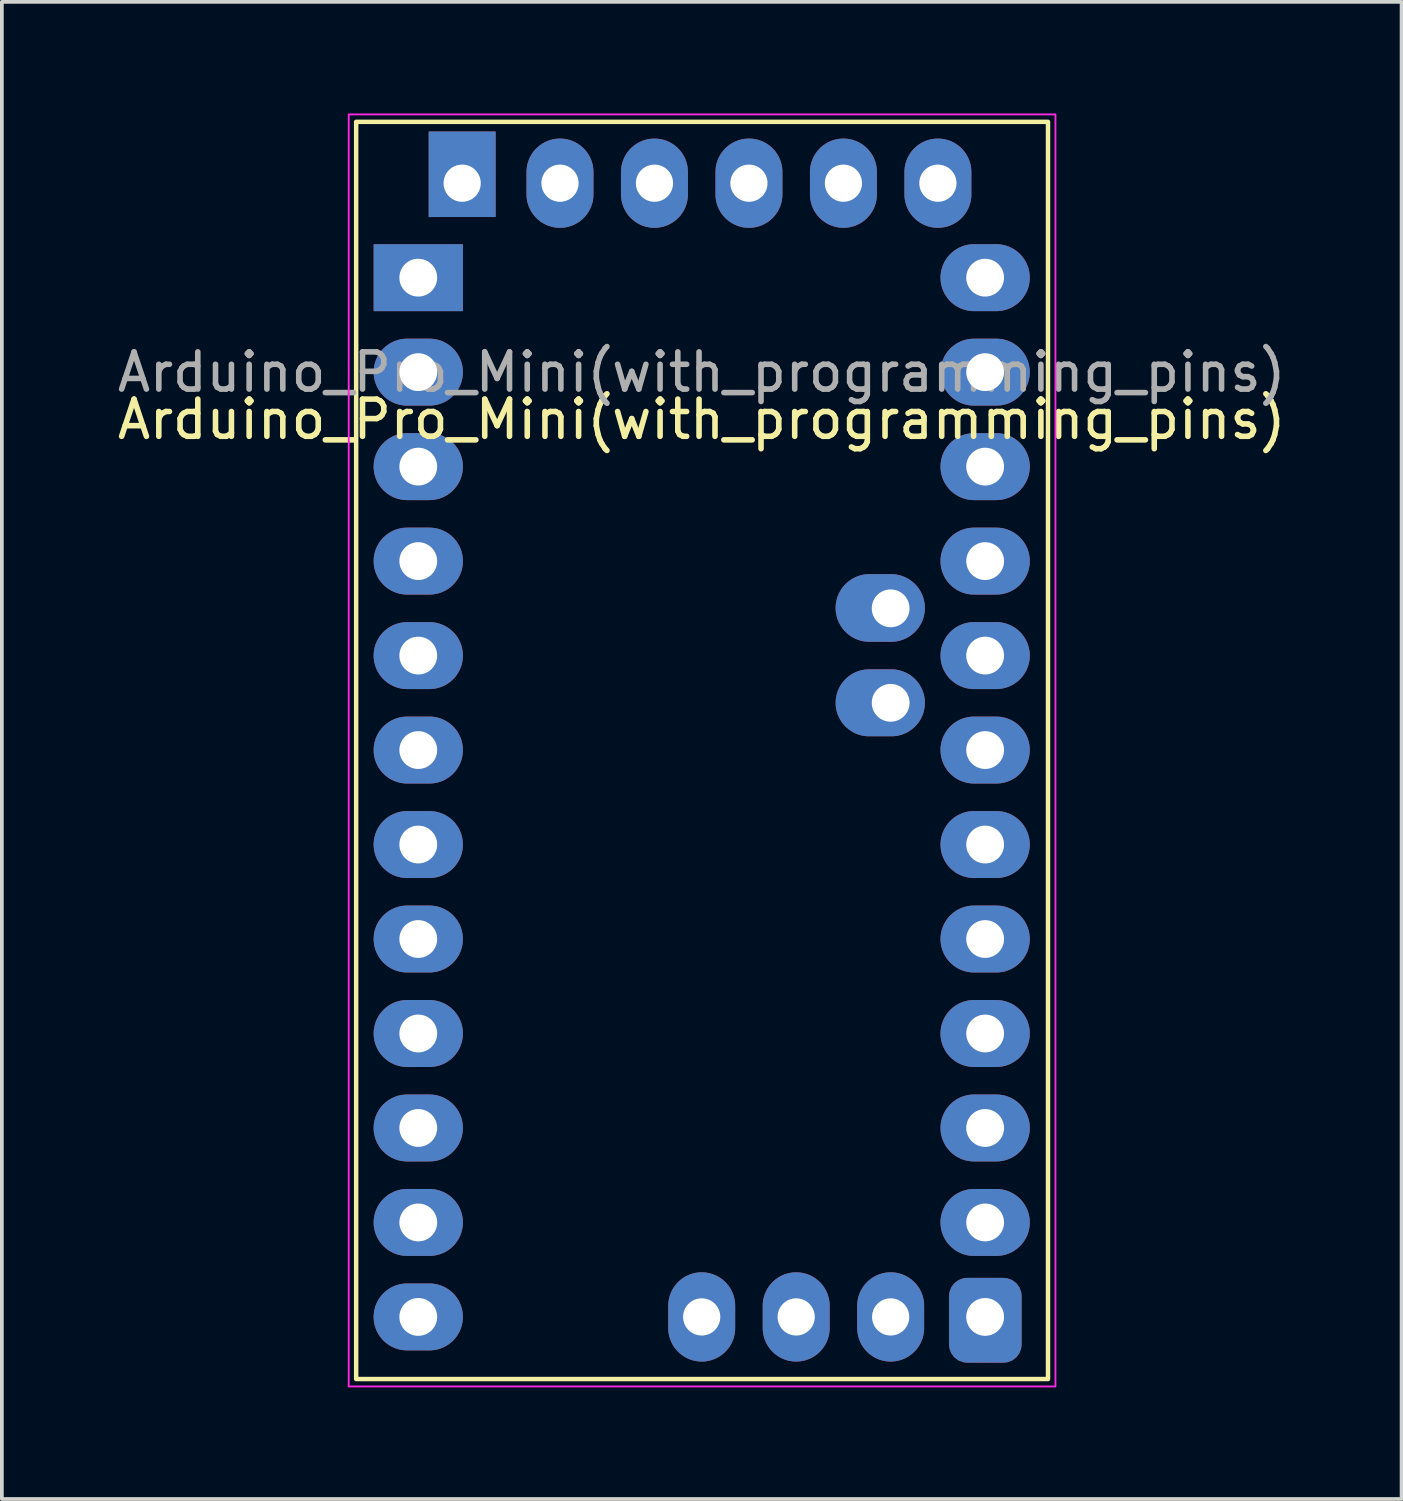
<source format=kicad_pcb>
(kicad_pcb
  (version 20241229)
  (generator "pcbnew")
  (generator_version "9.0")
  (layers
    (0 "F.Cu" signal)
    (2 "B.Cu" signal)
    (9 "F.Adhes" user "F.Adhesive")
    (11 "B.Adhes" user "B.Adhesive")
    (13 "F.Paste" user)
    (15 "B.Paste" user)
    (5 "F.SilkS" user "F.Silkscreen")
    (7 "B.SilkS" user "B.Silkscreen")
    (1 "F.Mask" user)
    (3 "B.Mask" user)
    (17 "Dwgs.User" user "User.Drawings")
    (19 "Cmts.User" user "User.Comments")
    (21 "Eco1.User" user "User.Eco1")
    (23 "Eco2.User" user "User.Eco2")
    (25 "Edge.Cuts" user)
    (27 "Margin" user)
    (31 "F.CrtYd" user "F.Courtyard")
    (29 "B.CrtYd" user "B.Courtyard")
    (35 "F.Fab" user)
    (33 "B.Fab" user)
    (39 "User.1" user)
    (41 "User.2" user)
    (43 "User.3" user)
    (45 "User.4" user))
  (footprint "Arduino_Pro_Mini(with_programming_pins)"
    (layer "F.Cu")
    (at 8.195 4.415)
    (property "Reference" "Arduino_Pro_Mini(with_programming_pins)" (at 7.62 3.81 0) (unlocked yes) (layer "F.SilkS") (effects (font (size 1 1) (thickness 0.15))))
    (attr through_hole)
    (fp_rect (start -1.67 -4.19) (end 16.93 29.61) (stroke (width 0.12) (type solid)) (fill no) (layer "F.SilkS"))
    (fp_rect (start -1.27 -3.81) (end 16.51 29.21) (stroke (width 0.12) (type solid)) (fill no) (layer "F.Paste"))
    (fp_rect (start -1.87 -4.39) (end 17.13 29.81) (stroke (width 0.05) (type solid)) (fill no) (layer "F.CrtYd"))
    (fp_text user "${REFERENCE}" (at 7.62 2.54 0) (unlocked yes) (layer "F.Fab") (effects (font (size 1 1) (thickness 0.15))))
    (pad "1" thru_hole rect (at 0 0) (size 2.4 1.8) (drill 1.016) (layers "*.Cu" "*.Mask"))
    (pad "1" thru_hole oval (at 3.81 -2.54) (size 1.8 2.4) (drill 1) (layers "*.Cu" "*.Mask"))
    (pad "2" thru_hole oval (at 0 2.54) (size 2.4 1.8) (drill 1.016) (layers "*.Cu" "*.Mask"))
    (pad "2" thru_hole oval (at 6.35 -2.54) (size 1.8 2.4) (drill 1) (layers "*.Cu" "*.Mask"))
    (pad "3" thru_hole oval (at 0 5.08) (size 2.4 1.8) (drill 1.016) (layers "*.Cu" "*.Mask"))
    (pad "3" thru_hole oval (at 15.24 5.08) (size 2.4 1.8) (drill 1.016) (layers "*.Cu" "*.Mask"))
    (pad "4" thru_hole oval (at 0 7.62) (size 2.4 1.8) (drill 1.016) (layers "*.Cu" "*.Mask"))
    (pad "5" thru_hole oval (at 0 10.16) (size 2.4 1.8) (drill 1.016) (layers "*.Cu" "*.Mask"))
    (pad "6" thru_hole oval (at 0 12.7) (size 2.4 1.8) (drill 1.016) (layers "*.Cu" "*.Mask"))
    (pad "7" thru_hole oval (at 0 15.24) (size 2.4 1.8) (drill 1.016) (layers "*.Cu" "*.Mask"))
    (pad "8" thru_hole oval (at 0 17.78) (size 2.4 1.8) (drill 1.016) (layers "*.Cu" "*.Mask"))
    (pad "9" thru_hole oval (at 0 20.32) (size 2.4 1.8) (drill 1.016) (layers "*.Cu" "*.Mask"))
    (pad "10" thru_hole oval (at 0 22.86) (size 2.4 1.8) (drill 1.016) (layers "*.Cu" "*.Mask"))
    (pad "11" thru_hole oval (at 0 25.4) (size 2.4 1.8) (drill 1.016) (layers "*.Cu" "*.Mask"))
    (pad "12" thru_hole oval (at 0 27.94) (size 2.4 1.8) (drill 1.016) (layers "*.Cu" "*.Mask"))
    (pad "13" thru_hole oval (at 7.62 27.94) (size 1.8 2.4) (drill 1) (layers "*.Cu" "*.Mask"))
    (pad "14" thru_hole oval (at 10.16 27.94) (size 1.8 2.4) (drill 1) (layers "*.Cu" "*.Mask"))
    (pad "15" thru_hole oval (at 12.7 27.94) (size 1.8 2.4) (drill 1) (layers "*.Cu" "*.Mask"))
    (pad "16" thru_hole roundrect (at 15.24 27.94) (size 1.95 2.28) (drill 1.016 (offset 0.005 0.09)) (layers "*.Cu" "*.Mask") (roundrect_rratio 0.25))
    (pad "17" thru_hole oval (at 15.24 25.4) (size 2.4 1.8) (drill 1.016) (layers "*.Cu" "*.Mask"))
    (pad "18" thru_hole oval (at 15.24 22.86) (size 2.4 1.8) (drill 1.016) (layers "*.Cu" "*.Mask"))
    (pad "19" thru_hole oval (at 15.24 20.32) (size 2.4 1.8) (drill 1.016) (layers "*.Cu" "*.Mask"))
    (pad "20" thru_hole oval (at 15.24 17.78) (size 2.4 1.8) (drill 1.016) (layers "*.Cu" "*.Mask"))
    (pad "21" thru_hole oval (at 15.24 15.24) (size 2.4 1.8) (drill 1.016) (layers "*.Cu" "*.Mask"))
    (pad "22" thru_hole oval (at 15.24 12.7) (size 2.4 1.8) (drill 1.016) (layers "*.Cu" "*.Mask"))
    (pad "23" thru_hole oval (at 15.24 10.16) (size 2.4 1.8) (drill 1.016) (layers "*.Cu" "*.Mask"))
    (pad "24" thru_hole oval (at 15.24 7.62) (size 2.4 1.8) (drill 1.016) (layers "*.Cu" "*.Mask"))
    (pad "26" thru_hole oval (at 15.24 2.54) (size 2.4 1.8) (drill 1.016) (layers "*.Cu" "*.Mask"))
    (pad "27" thru_hole oval (at 15.24 0) (size 2.4 1.8) (drill 1.016) (layers "*.Cu" "*.Mask"))
    (pad "28" thru_hole oval (at 13.97 -2.54) (size 1.8 2.4) (drill 1) (layers "*.Cu" "*.Mask"))
    (pad "29" thru_hole oval (at 11.43 -2.54) (size 1.8 2.4) (drill 1) (layers "*.Cu" "*.Mask"))
    (pad "30" thru_hole oval (at 8.89 -2.54) (size 1.8 2.4) (drill 1) (layers "*.Cu" "*.Mask"))
    (pad "31" thru_hole rect (at 1.18 -2.54) (size 1.8 2.3) (drill 1 (offset 0 -0.24)) (layers "*.Cu" "*.Mask"))
    (pad "32" thru_hole oval (at 12.7 8.89) (size 2.4 1.82) (drill 1.016 (offset -0.28 -0.01)) (layers "*.Cu" "*.Mask"))
    (pad "33" thru_hole oval (at 12.7 11.43) (size 2.4 1.8) (drill 1.016 (offset -0.28 0)) (layers "*.Cu" "*.Mask")))
  (gr_rect
    (start -3 -3)
    (end 34.631 37.25)
    (stroke (width 0.1) (type default))
    (fill no)
    (layer "Edge.Cuts")))
</source>
